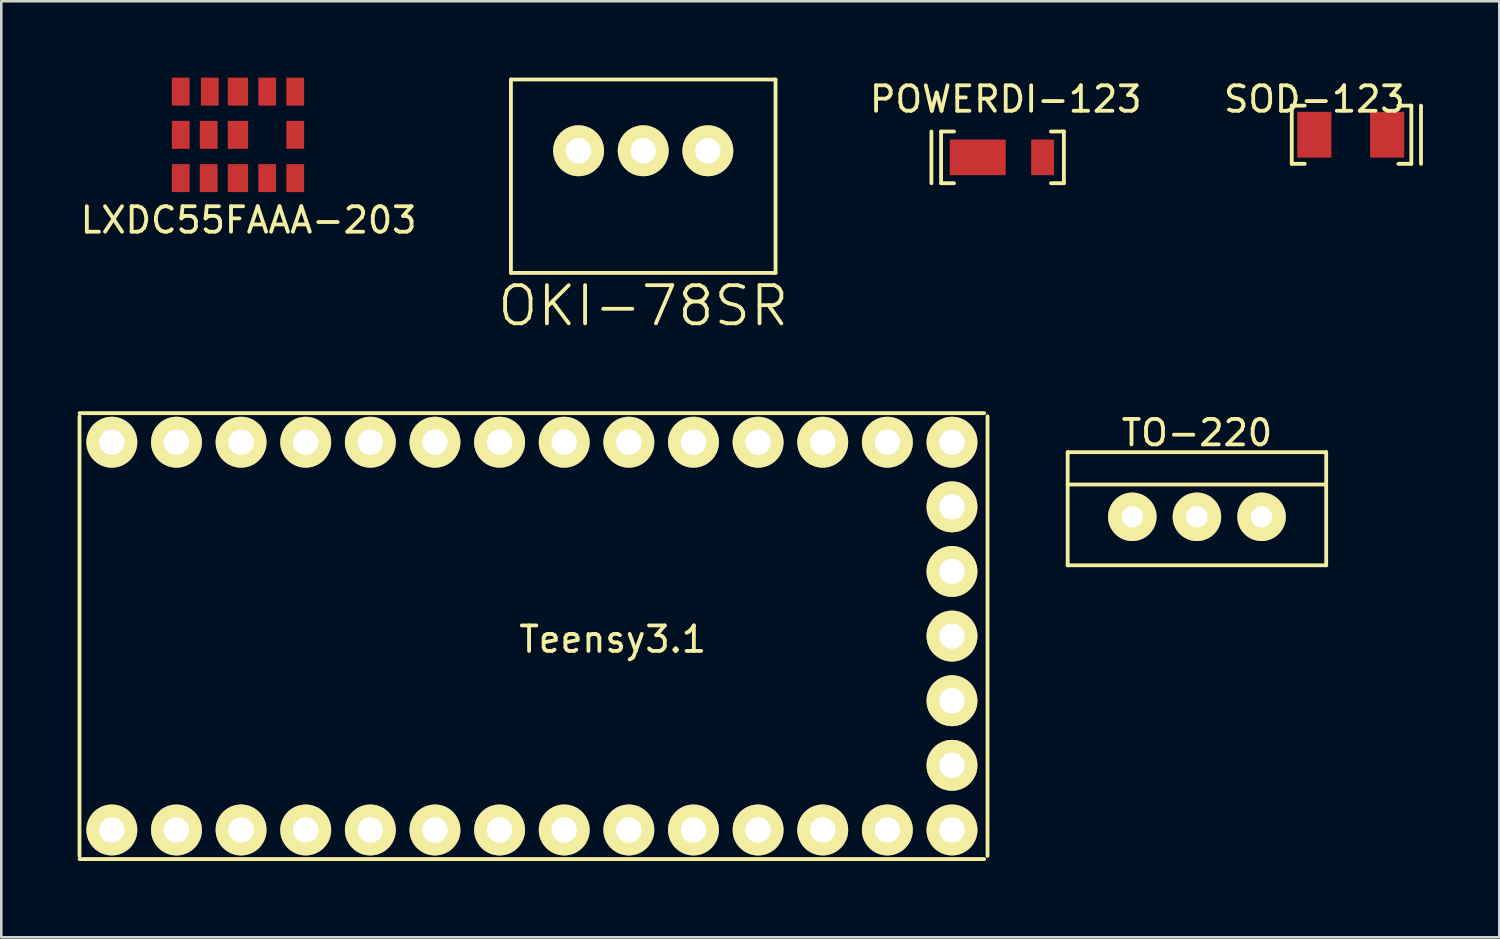
<source format=kicad_pcb>
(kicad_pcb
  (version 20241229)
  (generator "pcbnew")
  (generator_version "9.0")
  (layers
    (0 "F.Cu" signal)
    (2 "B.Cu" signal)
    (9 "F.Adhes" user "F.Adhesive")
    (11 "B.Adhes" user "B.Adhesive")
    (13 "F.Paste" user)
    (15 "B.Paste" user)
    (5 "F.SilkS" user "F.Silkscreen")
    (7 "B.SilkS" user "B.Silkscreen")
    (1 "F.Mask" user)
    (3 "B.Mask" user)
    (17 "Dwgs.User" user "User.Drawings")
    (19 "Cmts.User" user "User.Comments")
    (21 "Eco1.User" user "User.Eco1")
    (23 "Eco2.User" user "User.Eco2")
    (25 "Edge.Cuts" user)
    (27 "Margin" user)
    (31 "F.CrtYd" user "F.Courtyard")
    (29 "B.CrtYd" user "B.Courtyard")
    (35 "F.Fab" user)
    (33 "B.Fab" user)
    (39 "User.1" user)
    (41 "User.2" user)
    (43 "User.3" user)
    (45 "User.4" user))
  (footprint "LXDC55FAAA-203"
    (layer "F.Cu")
    (at 4.053 3.95)
    (property "Reference" "LXDC55FAAA-203" (at 2.667 1.651 0) (layer "F.SilkS") (effects (font (size 1 1) (thickness 0.15))))
    (attr through_hole)
    (pad "1" smd rect (at 4.5 -3.4) (size 0.7 1.1) (layers "F.Cu" "F.Mask" "F.Paste"))
    (pad "2" smd rect (at 3.4 -3.4) (size 0.7 1.1) (layers "F.Cu" "F.Mask" "F.Paste"))
    (pad "3" smd rect (at 2.25 -3.4) (size 0.8 1.1) (layers "F.Cu" "F.Mask" "F.Paste"))
    (pad "4" smd rect (at 1.143 -3.4) (size 0.7 1.1) (layers "F.Cu" "F.Mask" "F.Paste"))
    (pad "5" smd rect (at 0 -3.4) (size 0.7 1.1) (layers "F.Cu" "F.Mask" "F.Paste"))
    (pad "6" smd rect (at 0 -1.7) (size 0.7 1.1) (layers "F.Cu" "F.Mask" "F.Paste"))
    (pad "7" smd rect (at 0 0) (size 0.7 1.1) (layers "F.Cu" "F.Mask" "F.Paste"))
    (pad "8" smd rect (at 1.1 0) (size 0.7 1.1) (layers "F.Cu" "F.Mask" "F.Paste"))
    (pad "9" smd rect (at 2.25 0) (size 0.8 1.1) (layers "F.Cu" "F.Mask" "F.Paste"))
    (pad "10" smd rect (at 3.4 0) (size 0.7 1.1) (layers "F.Cu" "F.Mask" "F.Paste"))
    (pad "11" smd rect (at 4.5 0) (size 0.7 1.1) (layers "F.Cu" "F.Mask" "F.Paste"))
    (pad "12" smd rect (at 4.5 -1.7) (size 0.7 1.1) (layers "F.Cu" "F.Mask" "F.Paste"))
    (pad "13" smd rect (at 2.25 -1.7) (size 0.8 1.1) (layers "F.Cu" "F.Mask" "F.Paste"))
    (pad "14" smd rect (at 1.1 -1.7) (size 0.7 1.1) (layers "F.Cu" "F.Mask" "F.Paste")))
  (footprint "OKI-78SR"
    (layer "F.Cu")
    (at 22.23 2.875)
    (property "Reference" "OKI-78SR" (at 0 6.096 0) (layer "F.SilkS") (effects (font (size 1.5 1.5) (thickness 0.15))))
    (attr through_hole)
    (fp_line (start -5.2 -2.8) (end -5.2 4.8) (stroke (width 0.15) (type solid)) (layer "F.SilkS"))
    (fp_line (start -5.2 4.8) (end 5.2 4.8) (stroke (width 0.15) (type solid)) (layer "F.SilkS"))
    (fp_line (start 5.2 -2.8) (end -5.2 -2.8) (stroke (width 0.15) (type solid)) (layer "F.SilkS"))
    (fp_line (start 5.2 4.8) (end 5.2 -2.8) (stroke (width 0.15) (type solid)) (layer "F.SilkS"))
    (pad "1" thru_hole circle (at -2.54 0) (size 2 2) (drill 1) (layers "*.Cu" "*.Mask" "F.SilkS"))
    (pad "2" thru_hole circle (at 0 0) (size 2 2) (drill 1) (layers "*.Cu" "*.Mask" "F.SilkS"))
    (pad "3" thru_hole circle (at 2.54 0) (size 2 2) (drill 1) (layers "*.Cu" "*.Mask" "F.SilkS")))
  (footprint "TO-220"
    (layer "F.Cu")
    (at 43.992 17.262)
    (property "Reference" "TO-220" (at 0 -3.302 0) (layer "F.SilkS") (effects (font (size 1 1) (thickness 0.15))))
    (attr through_hole)
    (fp_line (start -5.08 -2.54) (end -5.08 1.905) (stroke (width 0.15) (type solid)) (layer "F.SilkS"))
    (fp_line (start 5.08 -2.54) (end -5.08 -2.54) (stroke (width 0.15) (type solid)) (layer "F.SilkS"))
    (fp_line (start 5.08 -2.54) (end 5.08 1.905) (stroke (width 0.15) (type solid)) (layer "F.SilkS"))
    (fp_line (start 5.08 -1.27) (end -5.08 -1.27) (stroke (width 0.15) (type solid)) (layer "F.SilkS"))
    (fp_line (start 5.08 1.905) (end -5.08 1.905) (stroke (width 0.15) (type solid)) (layer "F.SilkS"))
    (pad "1" thru_hole circle (at -2.54 0) (size 1.905 1.905) (drill 0.838) (layers "*.Cu" "*.Mask" "F.SilkS"))
    (pad "2" thru_hole circle (at 0 0) (size 1.905 1.905) (drill 0.838) (layers "*.Cu" "*.Mask" "F.SilkS"))
    (pad "3" thru_hole circle (at 2.54 0) (size 1.905 1.905) (drill 0.838) (layers "*.Cu" "*.Mask" "F.SilkS")))
  (footprint "POWERDI-123"
    (layer "F.Cu")
    (at 36.477 3.134)
    (property "Reference" "POWERDI-123" (at 0 -2.286 0) (layer "F.SilkS") (effects (font (size 1 1) (thickness 0.15))))
    (attr through_hole)
    (fp_line (start -2.921 -1.016) (end -2.921 1.016) (stroke (width 0.15) (type solid)) (layer "F.SilkS"))
    (fp_line (start -2.54 -1.016) (end -2.54 1.016) (stroke (width 0.15) (type solid)) (layer "F.SilkS"))
    (fp_line (start -2.54 1.016) (end -2.032 1.016) (stroke (width 0.15) (type solid)) (layer "F.SilkS"))
    (fp_line (start -2.032 -1.016) (end -2.54 -1.016) (stroke (width 0.15) (type solid)) (layer "F.SilkS"))
    (fp_line (start 2.286 -1.016) (end 1.778 -1.016) (stroke (width 0.15) (type solid)) (layer "F.SilkS"))
    (fp_line (start 2.286 -1.016) (end 2.286 1.016) (stroke (width 0.15) (type solid)) (layer "F.SilkS"))
    (fp_line (start 2.286 1.016) (end 1.778 1.016) (stroke (width 0.15) (type solid)) (layer "F.SilkS"))
    (pad "1" smd rect (at 1.45 0) (size 0.9 1.4) (layers "F.Cu" "F.Mask" "F.Paste"))
    (pad "2" smd rect (at -1.1 0) (size 2.2 1.4) (layers "F.Cu" "F.Mask" "F.Paste")))
  (footprint "Teensy3.1"
    (layer "F.Cu")
    (at 6.425 29.57)
    (property "Reference" "Teensy3.1" (at 14.605 -7.493 0) (layer "F.SilkS") (effects (font (size 1 1) (thickness 0.15))))
    (attr through_hole)
    (fp_line (start -6.35 -16.256) (end -6.35 1.016) (stroke (width 0.15) (type solid)) (layer "F.SilkS"))
    (fp_line (start -6.35 1.143) (end 29.21 1.143) (stroke (width 0.15) (type solid)) (layer "F.SilkS"))
    (fp_line (start 29.21 -16.383) (end -6.35 -16.383) (stroke (width 0.15) (type solid)) (layer "F.SilkS"))
    (fp_line (start 29.337 1.016) (end 29.337 -16.256) (stroke (width 0.15) (type solid)) (layer "F.SilkS"))
    (pad "0" thru_hole circle (at -2.54 0) (size 2 2) (drill 1) (layers "*.Cu" "*.Mask" "F.SilkS"))
    (pad "1" thru_hole circle (at 0 0) (size 2 2) (drill 1) (layers "*.Cu" "*.Mask" "F.SilkS"))
    (pad "2" thru_hole circle (at 2.54 0) (size 2 2) (drill 1) (layers "*.Cu" "*.Mask" "F.SilkS"))
    (pad "3" thru_hole circle (at 5.08 0) (size 2 2) (drill 1) (layers "*.Cu" "*.Mask" "F.SilkS"))
    (pad "3.3V" thru_hole circle (at 0 -15.24) (size 2 2) (drill 1) (layers "*.Cu" "*.Mask" "F.SilkS"))
    (pad "3.3V" thru_hole circle (at 27.94 -5.08) (size 2 2) (drill 1) (layers "*.Cu" "*.Mask" "F.SilkS"))
    (pad "4" thru_hole circle (at 7.62 0) (size 2 2) (drill 1) (layers "*.Cu" "*.Mask" "F.SilkS"))
    (pad "5" thru_hole circle (at 10.16 0) (size 2 2) (drill 1) (layers "*.Cu" "*.Mask" "F.SilkS"))
    (pad "6" thru_hole circle (at 12.7 0) (size 2 2) (drill 1) (layers "*.Cu" "*.Mask" "F.SilkS"))
    (pad "7" thru_hole circle (at 15.24 0) (size 2 2) (drill 1) (layers "*.Cu" "*.Mask" "F.SilkS"))
    (pad "8" thru_hole circle (at 17.78 0) (size 2 2) (drill 1) (layers "*.Cu" "*.Mask" "F.SilkS"))
    (pad "9" thru_hole circle (at 20.32 0) (size 2 2) (drill 1) (layers "*.Cu" "*.Mask" "F.SilkS"))
    (pad "10" thru_hole circle (at 22.86 0) (size 2 2) (drill 1) (layers "*.Cu" "*.Mask" "F.SilkS"))
    (pad "11" thru_hole circle (at 25.4 0) (size 2 2) (drill 1) (layers "*.Cu" "*.Mask" "F.SilkS"))
    (pad "12" thru_hole circle (at 27.94 0) (size 2 2) (drill 1) (layers "*.Cu" "*.Mask" "F.SilkS"))
    (pad "13" thru_hole circle (at 27.94 -15.24) (size 2 2) (drill 1) (layers "*.Cu" "*.Mask" "F.SilkS"))
    (pad "14" thru_hole circle (at 25.4 -15.24) (size 2 2) (drill 1) (layers "*.Cu" "*.Mask" "F.SilkS"))
    (pad "15" thru_hole circle (at 22.86 -15.24) (size 2 2) (drill 1) (layers "*.Cu" "*.Mask" "F.SilkS"))
    (pad "16" thru_hole circle (at 20.32 -15.24) (size 2 2) (drill 1) (layers "*.Cu" "*.Mask" "F.SilkS"))
    (pad "17" thru_hole circle (at 17.78 -15.24) (size 2 2) (drill 1) (layers "*.Cu" "*.Mask" "F.SilkS"))
    (pad "18" thru_hole circle (at 15.24 -15.24) (size 2 2) (drill 1) (layers "*.Cu" "*.Mask" "F.SilkS"))
    (pad "19" thru_hole circle (at 12.7 -15.24) (size 2 2) (drill 1) (layers "*.Cu" "*.Mask" "F.SilkS"))
    (pad "20" thru_hole circle (at 10.16 -15.24) (size 2 2) (drill 1) (layers "*.Cu" "*.Mask" "F.SilkS"))
    (pad "21" thru_hole circle (at 7.62 -15.24) (size 2 2) (drill 1) (layers "*.Cu" "*.Mask" "F.SilkS"))
    (pad "22" thru_hole circle (at 5.08 -15.24) (size 2 2) (drill 1) (layers "*.Cu" "*.Mask" "F.SilkS"))
    (pad "23" thru_hole circle (at 2.54 -15.24) (size 2 2) (drill 1) (layers "*.Cu" "*.Mask" "F.SilkS"))
    (pad "A14" thru_hole circle (at 27.94 -12.7) (size 2 2) (drill 1) (layers "*.Cu" "*.Mask" "F.SilkS"))
    (pad "AGND" thru_hole circle (at -2.54 -15.24) (size 2 2) (drill 1) (layers "*.Cu" "*.Mask" "F.SilkS"))
    (pad "GND" thru_hole circle (at -5.08 0) (size 2 2) (drill 1) (layers "*.Cu" "*.Mask" "F.SilkS"))
    (pad "GND" thru_hole circle (at 27.94 -7.62) (size 2 2) (drill 1) (layers "*.Cu" "*.Mask" "F.SilkS"))
    (pad "Prog" thru_hole circle (at 27.94 -10.16) (size 2 2) (drill 1) (layers "*.Cu" "*.Mask" "F.SilkS"))
    (pad "VBAT" thru_hole circle (at 27.94 -2.54) (size 2 2) (drill 1) (layers "*.Cu" "*.Mask" "F.SilkS"))
    (pad "VIN" thru_hole circle (at -5.08 -15.24) (size 2 2) (drill 1) (layers "*.Cu" "*.Mask" "F.SilkS")))
  (footprint "SOD-123"
    (layer "F.Cu")
    (at 48.608 2.245)
    (property "Reference" "SOD-123" (at 0 -1.397 0) (layer "F.SilkS") (effects (font (size 1 1) (thickness 0.15))))
    (attr through_hole)
    (fp_line (start -0.889 -1.143) (end -0.889 1.143) (stroke (width 0.15) (type solid)) (layer "F.SilkS"))
    (fp_line (start -0.889 -1.143) (end -0.381 -1.143) (stroke (width 0.15) (type solid)) (layer "F.SilkS"))
    (fp_line (start -0.889 1.143) (end -0.381 1.143) (stroke (width 0.15) (type solid)) (layer "F.SilkS"))
    (fp_line (start 3.302 -1.143) (end 3.81 -1.143) (stroke (width 0.15) (type solid)) (layer "F.SilkS"))
    (fp_line (start 3.81 -1.143) (end 3.81 1.143) (stroke (width 0.15) (type solid)) (layer "F.SilkS"))
    (fp_line (start 3.81 1.143) (end 3.302 1.143) (stroke (width 0.15) (type solid)) (layer "F.SilkS"))
    (fp_line (start 4.191 -1.143) (end 4.191 1.143) (stroke (width 0.15) (type solid)) (layer "F.SilkS"))
    (pad "1" smd rect (at 0 0) (size 1.34 1.8) (layers "F.Cu" "F.Mask" "F.Paste"))
    (pad "2" smd rect (at 2.86 0) (size 1.34 1.8) (layers "F.Cu" "F.Mask" "F.Paste")))
  (gr_rect
    (start -3 -3)
    (end 55.874 33.788)
    (stroke (width 0.1) (type default))
    (fill no)
    (layer "Edge.Cuts")))
</source>
